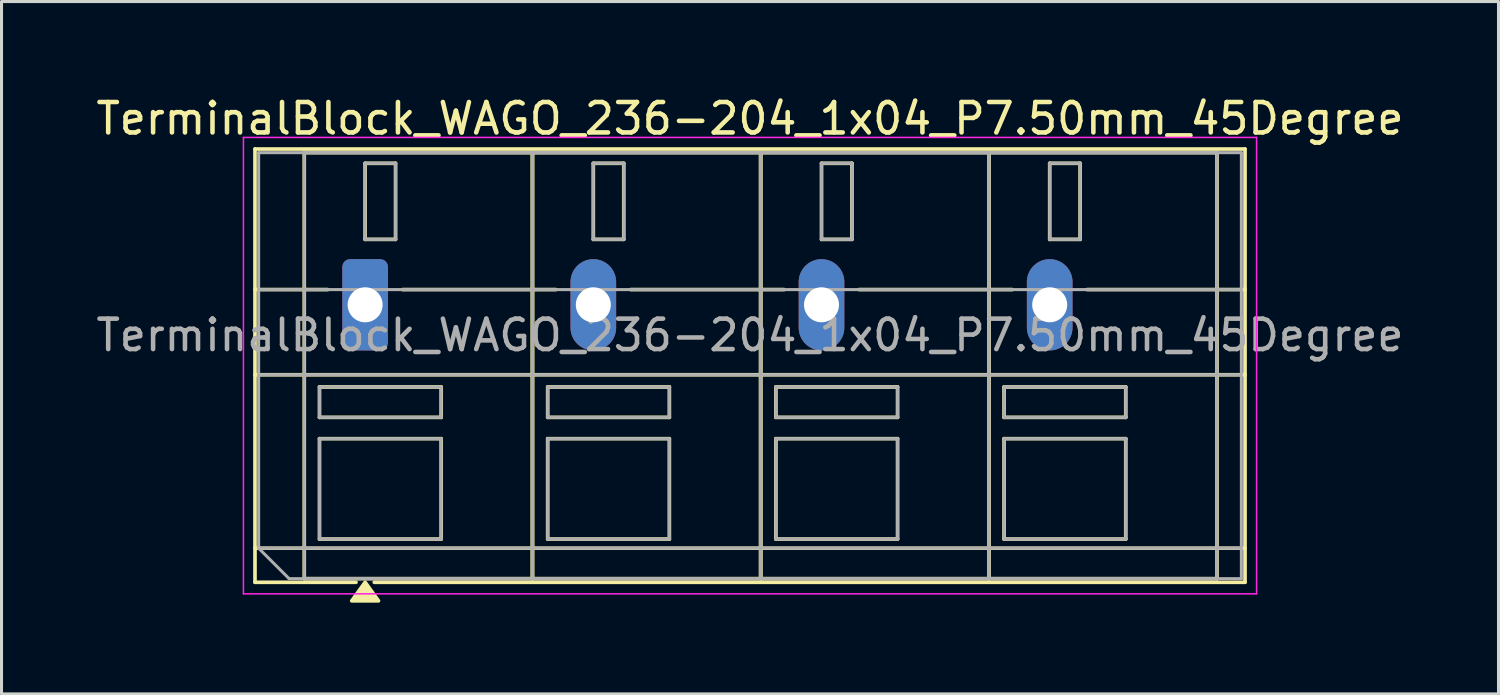
<source format=kicad_pcb>
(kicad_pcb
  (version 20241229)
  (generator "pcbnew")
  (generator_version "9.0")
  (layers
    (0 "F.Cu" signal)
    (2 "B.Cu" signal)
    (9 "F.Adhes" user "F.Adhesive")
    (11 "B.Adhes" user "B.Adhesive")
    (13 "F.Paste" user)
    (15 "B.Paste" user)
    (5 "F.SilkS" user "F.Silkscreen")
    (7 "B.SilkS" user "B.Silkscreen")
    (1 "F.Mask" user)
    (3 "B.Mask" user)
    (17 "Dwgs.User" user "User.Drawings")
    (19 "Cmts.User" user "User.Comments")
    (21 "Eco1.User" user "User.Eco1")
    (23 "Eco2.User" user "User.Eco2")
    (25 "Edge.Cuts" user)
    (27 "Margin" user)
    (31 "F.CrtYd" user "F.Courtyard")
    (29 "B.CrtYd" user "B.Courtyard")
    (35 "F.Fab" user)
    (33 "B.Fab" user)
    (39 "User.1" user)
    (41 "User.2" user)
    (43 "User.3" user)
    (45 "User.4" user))
  (footprint "TerminalBlock_WAGO_236-204_1x04_P7.50mm_45Degree"
    (layer "F.Cu")
    (at 8.951 6.968)
    (property "Reference" "TerminalBlock_WAGO_236-204_1x04_P7.50mm_45Degree" (at 12.65 -6.12 0) (layer "F.SilkS") (effects (font (size 1 1) (thickness 0.15))))
    (attr through_hole)
    (fp_line (start -3.62 -5.12) (end 28.92 -5.12) (stroke (width 0.12) (type solid)) (layer "F.SilkS"))
    (fp_line (start -3.62 -0.5) (end -1.23 -0.5) (stroke (width 0.12) (type solid)) (layer "F.SilkS"))
    (fp_line (start -3.62 2.3) (end 28.92 2.3) (stroke (width 0.12) (type solid)) (layer "F.SilkS"))
    (fp_line (start -3.62 8) (end 28.92 8) (stroke (width 0.12) (type solid)) (layer "F.SilkS"))
    (fp_line (start -3.62 9.12) (end -3.62 -5.12) (stroke (width 0.12) (type solid)) (layer "F.SilkS"))
    (fp_line (start -2 -5) (end 5.5 -5) (stroke (width 0.12) (type solid)) (layer "F.SilkS"))
    (fp_line (start -2 9) (end -2 -5) (stroke (width 0.12) (type solid)) (layer "F.SilkS"))
    (fp_line (start -1.5 2.7) (end 2.5 2.7) (stroke (width 0.12) (type solid)) (layer "F.SilkS"))
    (fp_line (start -1.5 3.7) (end -1.5 2.7) (stroke (width 0.12) (type solid)) (layer "F.SilkS"))
    (fp_line (start -1.5 4.4) (end 2.5 4.4) (stroke (width 0.12) (type solid)) (layer "F.SilkS"))
    (fp_line (start -1.5 7.7) (end -1.5 4.4) (stroke (width 0.12) (type solid)) (layer "F.SilkS"))
    (fp_line (start -0.3 9.12) (end -3.62 9.12) (stroke (width 0.12) (type solid)) (layer "F.SilkS"))
    (fp_line (start 0 -4.65) (end 1 -4.65) (stroke (width 0.12) (type solid)) (layer "F.SilkS"))
    (fp_line (start 0 -2.15) (end 0 -4.65) (stroke (width 0.12) (type solid)) (layer "F.SilkS"))
    (fp_line (start 1 -4.65) (end 1 -2.15) (stroke (width 0.12) (type solid)) (layer "F.SilkS"))
    (fp_line (start 1 -2.15) (end 0 -2.15) (stroke (width 0.12) (type solid)) (layer "F.SilkS"))
    (fp_line (start 1.23 -0.5) (end 6.27 -0.5) (stroke (width 0.12) (type solid)) (layer "F.SilkS"))
    (fp_line (start 2.5 2.7) (end 2.5 3.7) (stroke (width 0.12) (type solid)) (layer "F.SilkS"))
    (fp_line (start 2.5 3.7) (end -1.5 3.7) (stroke (width 0.12) (type solid)) (layer "F.SilkS"))
    (fp_line (start 2.5 4.4) (end 2.5 7.7) (stroke (width 0.12) (type solid)) (layer "F.SilkS"))
    (fp_line (start 2.5 7.7) (end -1.5 7.7) (stroke (width 0.12) (type solid)) (layer "F.SilkS"))
    (fp_line (start 5.5 -5) (end 5.5 9) (stroke (width 0.12) (type solid)) (layer "F.SilkS"))
    (fp_line (start 5.5 -5) (end 13 -5) (stroke (width 0.12) (type solid)) (layer "F.SilkS"))
    (fp_line (start 5.5 9) (end -2 9) (stroke (width 0.12) (type solid)) (layer "F.SilkS"))
    (fp_line (start 5.5 9) (end 5.5 -5) (stroke (width 0.12) (type solid)) (layer "F.SilkS"))
    (fp_line (start 6 2.7) (end 10 2.7) (stroke (width 0.12) (type solid)) (layer "F.SilkS"))
    (fp_line (start 6 3.7) (end 6 2.7) (stroke (width 0.12) (type solid)) (layer "F.SilkS"))
    (fp_line (start 6 4.4) (end 10 4.4) (stroke (width 0.12) (type solid)) (layer "F.SilkS"))
    (fp_line (start 6 7.7) (end 6 4.4) (stroke (width 0.12) (type solid)) (layer "F.SilkS"))
    (fp_line (start 7.5 -4.65) (end 8.5 -4.65) (stroke (width 0.12) (type solid)) (layer "F.SilkS"))
    (fp_line (start 7.5 -2.15) (end 7.5 -4.65) (stroke (width 0.12) (type solid)) (layer "F.SilkS"))
    (fp_line (start 8.5 -4.65) (end 8.5 -2.15) (stroke (width 0.12) (type solid)) (layer "F.SilkS"))
    (fp_line (start 8.5 -2.15) (end 7.5 -2.15) (stroke (width 0.12) (type solid)) (layer "F.SilkS"))
    (fp_line (start 8.73 -0.5) (end 13.77 -0.5) (stroke (width 0.12) (type solid)) (layer "F.SilkS"))
    (fp_line (start 10 2.7) (end 10 3.7) (stroke (width 0.12) (type solid)) (layer "F.SilkS"))
    (fp_line (start 10 3.7) (end 6 3.7) (stroke (width 0.12) (type solid)) (layer "F.SilkS"))
    (fp_line (start 10 4.4) (end 10 7.7) (stroke (width 0.12) (type solid)) (layer "F.SilkS"))
    (fp_line (start 10 7.7) (end 6 7.7) (stroke (width 0.12) (type solid)) (layer "F.SilkS"))
    (fp_line (start 13 -5) (end 13 9) (stroke (width 0.12) (type solid)) (layer "F.SilkS"))
    (fp_line (start 13 -5) (end 20.5 -5) (stroke (width 0.12) (type solid)) (layer "F.SilkS"))
    (fp_line (start 13 9) (end 5.5 9) (stroke (width 0.12) (type solid)) (layer "F.SilkS"))
    (fp_line (start 13 9) (end 13 -5) (stroke (width 0.12) (type solid)) (layer "F.SilkS"))
    (fp_line (start 13.5 2.7) (end 17.5 2.7) (stroke (width 0.12) (type solid)) (layer "F.SilkS"))
    (fp_line (start 13.5 3.7) (end 13.5 2.7) (stroke (width 0.12) (type solid)) (layer "F.SilkS"))
    (fp_line (start 13.5 4.4) (end 17.5 4.4) (stroke (width 0.12) (type solid)) (layer "F.SilkS"))
    (fp_line (start 13.5 7.7) (end 13.5 4.4) (stroke (width 0.12) (type solid)) (layer "F.SilkS"))
    (fp_line (start 15 -4.65) (end 16 -4.65) (stroke (width 0.12) (type solid)) (layer "F.SilkS"))
    (fp_line (start 15 -2.15) (end 15 -4.65) (stroke (width 0.12) (type solid)) (layer "F.SilkS"))
    (fp_line (start 16 -4.65) (end 16 -2.15) (stroke (width 0.12) (type solid)) (layer "F.SilkS"))
    (fp_line (start 16 -2.15) (end 15 -2.15) (stroke (width 0.12) (type solid)) (layer "F.SilkS"))
    (fp_line (start 16.23 -0.5) (end 21.27 -0.5) (stroke (width 0.12) (type solid)) (layer "F.SilkS"))
    (fp_line (start 17.5 2.7) (end 17.5 3.7) (stroke (width 0.12) (type solid)) (layer "F.SilkS"))
    (fp_line (start 17.5 3.7) (end 13.5 3.7) (stroke (width 0.12) (type solid)) (layer "F.SilkS"))
    (fp_line (start 17.5 4.4) (end 17.5 7.7) (stroke (width 0.12) (type solid)) (layer "F.SilkS"))
    (fp_line (start 17.5 7.7) (end 13.5 7.7) (stroke (width 0.12) (type solid)) (layer "F.SilkS"))
    (fp_line (start 20.5 -5) (end 20.5 9) (stroke (width 0.12) (type solid)) (layer "F.SilkS"))
    (fp_line (start 20.5 -5) (end 28 -5) (stroke (width 0.12) (type solid)) (layer "F.SilkS"))
    (fp_line (start 20.5 9) (end 13 9) (stroke (width 0.12) (type solid)) (layer "F.SilkS"))
    (fp_line (start 20.5 9) (end 20.5 -5) (stroke (width 0.12) (type solid)) (layer "F.SilkS"))
    (fp_line (start 21 2.7) (end 25 2.7) (stroke (width 0.12) (type solid)) (layer "F.SilkS"))
    (fp_line (start 21 3.7) (end 21 2.7) (stroke (width 0.12) (type solid)) (layer "F.SilkS"))
    (fp_line (start 21 4.4) (end 25 4.4) (stroke (width 0.12) (type solid)) (layer "F.SilkS"))
    (fp_line (start 21 7.7) (end 21 4.4) (stroke (width 0.12) (type solid)) (layer "F.SilkS"))
    (fp_line (start 22.5 -4.65) (end 23.5 -4.65) (stroke (width 0.12) (type solid)) (layer "F.SilkS"))
    (fp_line (start 22.5 -2.15) (end 22.5 -4.65) (stroke (width 0.12) (type solid)) (layer "F.SilkS"))
    (fp_line (start 23.5 -4.65) (end 23.5 -2.15) (stroke (width 0.12) (type solid)) (layer "F.SilkS"))
    (fp_line (start 23.5 -2.15) (end 22.5 -2.15) (stroke (width 0.12) (type solid)) (layer "F.SilkS"))
    (fp_line (start 23.73 -0.5) (end 28.92 -0.5) (stroke (width 0.12) (type solid)) (layer "F.SilkS"))
    (fp_line (start 25 2.7) (end 25 3.7) (stroke (width 0.12) (type solid)) (layer "F.SilkS"))
    (fp_line (start 25 3.7) (end 21 3.7) (stroke (width 0.12) (type solid)) (layer "F.SilkS"))
    (fp_line (start 25 4.4) (end 25 7.7) (stroke (width 0.12) (type solid)) (layer "F.SilkS"))
    (fp_line (start 25 7.7) (end 21 7.7) (stroke (width 0.12) (type solid)) (layer "F.SilkS"))
    (fp_line (start 28 -5) (end 28 9) (stroke (width 0.12) (type solid)) (layer "F.SilkS"))
    (fp_line (start 28 9) (end 20.5 9) (stroke (width 0.12) (type solid)) (layer "F.SilkS"))
    (fp_line (start 28.92 -5.12) (end 28.92 9.12) (stroke (width 0.12) (type solid)) (layer "F.SilkS"))
    (fp_line (start 28.92 9.12) (end 0.3 9.12) (stroke (width 0.12) (type solid)) (layer "F.SilkS"))
    (fp_poly (pts (xy 0 9.12) (xy 0.44 9.73) (xy -0.44 9.73)) (stroke (width 0.12) (type solid)) (fill yes) (layer "F.SilkS"))
    (fp_line (start -4 -5.5) (end -4 9.5) (stroke (width 0.05) (type solid)) (layer "F.CrtYd"))
    (fp_line (start -4 9.5) (end 29.3 9.5) (stroke (width 0.05) (type solid)) (layer "F.CrtYd"))
    (fp_line (start 29.3 -5.5) (end -4 -5.5) (stroke (width 0.05) (type solid)) (layer "F.CrtYd"))
    (fp_line (start 29.3 9.5) (end 29.3 -5.5) (stroke (width 0.05) (type solid)) (layer "F.CrtYd"))
    (fp_line (start -3.5 -5) (end 28.8 -5) (stroke (width 0.1) (type solid)) (layer "F.Fab"))
    (fp_line (start -3.5 -0.5) (end 28.8 -0.5) (stroke (width 0.1) (type solid)) (layer "F.Fab"))
    (fp_line (start -3.5 2.3) (end 28.8 2.3) (stroke (width 0.1) (type solid)) (layer "F.Fab"))
    (fp_line (start -3.5 8) (end -3.5 -5) (stroke (width 0.1) (type solid)) (layer "F.Fab"))
    (fp_line (start -3.5 8) (end 28.8 8) (stroke (width 0.1) (type solid)) (layer "F.Fab"))
    (fp_line (start -2.5 9) (end -3.5 8) (stroke (width 0.1) (type solid)) (layer "F.Fab"))
    (fp_line (start -2 -5) (end -2 9) (stroke (width 0.1) (type solid)) (layer "F.Fab"))
    (fp_line (start -2 9) (end 5.5 9) (stroke (width 0.1) (type solid)) (layer "F.Fab"))
    (fp_line (start -1.5 2.7) (end -1.5 3.7) (stroke (width 0.1) (type solid)) (layer "F.Fab"))
    (fp_line (start -1.5 3.7) (end 2.5 3.7) (stroke (width 0.1) (type solid)) (layer "F.Fab"))
    (fp_line (start -1.5 4.4) (end -1.5 7.7) (stroke (width 0.1) (type solid)) (layer "F.Fab"))
    (fp_line (start -1.5 7.7) (end 2.5 7.7) (stroke (width 0.1) (type solid)) (layer "F.Fab"))
    (fp_line (start 0 -4.65) (end 0 -2.15) (stroke (width 0.1) (type solid)) (layer "F.Fab"))
    (fp_line (start 0 -2.15) (end 1 -2.15) (stroke (width 0.1) (type solid)) (layer "F.Fab"))
    (fp_line (start 1 -4.65) (end 0 -4.65) (stroke (width 0.1) (type solid)) (layer "F.Fab"))
    (fp_line (start 1 -2.15) (end 1 -4.65) (stroke (width 0.1) (type solid)) (layer "F.Fab"))
    (fp_line (start 2.5 2.7) (end -1.5 2.7) (stroke (width 0.1) (type solid)) (layer "F.Fab"))
    (fp_line (start 2.5 3.7) (end 2.5 2.7) (stroke (width 0.1) (type solid)) (layer "F.Fab"))
    (fp_line (start 2.5 4.4) (end -1.5 4.4) (stroke (width 0.1) (type solid)) (layer "F.Fab"))
    (fp_line (start 2.5 7.7) (end 2.5 4.4) (stroke (width 0.1) (type solid)) (layer "F.Fab"))
    (fp_line (start 5.5 -5) (end -2 -5) (stroke (width 0.1) (type solid)) (layer "F.Fab"))
    (fp_line (start 5.5 -5) (end 5.5 9) (stroke (width 0.1) (type solid)) (layer "F.Fab"))
    (fp_line (start 5.5 9) (end 5.5 -5) (stroke (width 0.1) (type solid)) (layer "F.Fab"))
    (fp_line (start 5.5 9) (end 13 9) (stroke (width 0.1) (type solid)) (layer "F.Fab"))
    (fp_line (start 6 2.7) (end 6 3.7) (stroke (width 0.1) (type solid)) (layer "F.Fab"))
    (fp_line (start 6 3.7) (end 10 3.7) (stroke (width 0.1) (type solid)) (layer "F.Fab"))
    (fp_line (start 6 4.4) (end 6 7.7) (stroke (width 0.1) (type solid)) (layer "F.Fab"))
    (fp_line (start 6 7.7) (end 10 7.7) (stroke (width 0.1) (type solid)) (layer "F.Fab"))
    (fp_line (start 7.5 -4.65) (end 7.5 -2.15) (stroke (width 0.1) (type solid)) (layer "F.Fab"))
    (fp_line (start 7.5 -2.15) (end 8.5 -2.15) (stroke (width 0.1) (type solid)) (layer "F.Fab"))
    (fp_line (start 8.5 -4.65) (end 7.5 -4.65) (stroke (width 0.1) (type solid)) (layer "F.Fab"))
    (fp_line (start 8.5 -2.15) (end 8.5 -4.65) (stroke (width 0.1) (type solid)) (layer "F.Fab"))
    (fp_line (start 10 2.7) (end 6 2.7) (stroke (width 0.1) (type solid)) (layer "F.Fab"))
    (fp_line (start 10 3.7) (end 10 2.7) (stroke (width 0.1) (type solid)) (layer "F.Fab"))
    (fp_line (start 10 4.4) (end 6 4.4) (stroke (width 0.1) (type solid)) (layer "F.Fab"))
    (fp_line (start 10 7.7) (end 10 4.4) (stroke (width 0.1) (type solid)) (layer "F.Fab"))
    (fp_line (start 13 -5) (end 5.5 -5) (stroke (width 0.1) (type solid)) (layer "F.Fab"))
    (fp_line (start 13 -5) (end 13 9) (stroke (width 0.1) (type solid)) (layer "F.Fab"))
    (fp_line (start 13 9) (end 13 -5) (stroke (width 0.1) (type solid)) (layer "F.Fab"))
    (fp_line (start 13 9) (end 20.5 9) (stroke (width 0.1) (type solid)) (layer "F.Fab"))
    (fp_line (start 13.5 2.7) (end 13.5 3.7) (stroke (width 0.1) (type solid)) (layer "F.Fab"))
    (fp_line (start 13.5 3.7) (end 17.5 3.7) (stroke (width 0.1) (type solid)) (layer "F.Fab"))
    (fp_line (start 13.5 4.4) (end 13.5 7.7) (stroke (width 0.1) (type solid)) (layer "F.Fab"))
    (fp_line (start 13.5 7.7) (end 17.5 7.7) (stroke (width 0.1) (type solid)) (layer "F.Fab"))
    (fp_line (start 15 -4.65) (end 15 -2.15) (stroke (width 0.1) (type solid)) (layer "F.Fab"))
    (fp_line (start 15 -2.15) (end 16 -2.15) (stroke (width 0.1) (type solid)) (layer "F.Fab"))
    (fp_line (start 16 -4.65) (end 15 -4.65) (stroke (width 0.1) (type solid)) (layer "F.Fab"))
    (fp_line (start 16 -2.15) (end 16 -4.65) (stroke (width 0.1) (type solid)) (layer "F.Fab"))
    (fp_line (start 17.5 2.7) (end 13.5 2.7) (stroke (width 0.1) (type solid)) (layer "F.Fab"))
    (fp_line (start 17.5 3.7) (end 17.5 2.7) (stroke (width 0.1) (type solid)) (layer "F.Fab"))
    (fp_line (start 17.5 4.4) (end 13.5 4.4) (stroke (width 0.1) (type solid)) (layer "F.Fab"))
    (fp_line (start 17.5 7.7) (end 17.5 4.4) (stroke (width 0.1) (type solid)) (layer "F.Fab"))
    (fp_line (start 20.5 -5) (end 13 -5) (stroke (width 0.1) (type solid)) (layer "F.Fab"))
    (fp_line (start 20.5 -5) (end 20.5 9) (stroke (width 0.1) (type solid)) (layer "F.Fab"))
    (fp_line (start 20.5 9) (end 20.5 -5) (stroke (width 0.1) (type solid)) (layer "F.Fab"))
    (fp_line (start 20.5 9) (end 28 9) (stroke (width 0.1) (type solid)) (layer "F.Fab"))
    (fp_line (start 21 2.7) (end 21 3.7) (stroke (width 0.1) (type solid)) (layer "F.Fab"))
    (fp_line (start 21 3.7) (end 25 3.7) (stroke (width 0.1) (type solid)) (layer "F.Fab"))
    (fp_line (start 21 4.4) (end 21 7.7) (stroke (width 0.1) (type solid)) (layer "F.Fab"))
    (fp_line (start 21 7.7) (end 25 7.7) (stroke (width 0.1) (type solid)) (layer "F.Fab"))
    (fp_line (start 22.5 -4.65) (end 22.5 -2.15) (stroke (width 0.1) (type solid)) (layer "F.Fab"))
    (fp_line (start 22.5 -2.15) (end 23.5 -2.15) (stroke (width 0.1) (type solid)) (layer "F.Fab"))
    (fp_line (start 23.5 -4.65) (end 22.5 -4.65) (stroke (width 0.1) (type solid)) (layer "F.Fab"))
    (fp_line (start 23.5 -2.15) (end 23.5 -4.65) (stroke (width 0.1) (type solid)) (layer "F.Fab"))
    (fp_line (start 25 2.7) (end 21 2.7) (stroke (width 0.1) (type solid)) (layer "F.Fab"))
    (fp_line (start 25 3.7) (end 25 2.7) (stroke (width 0.1) (type solid)) (layer "F.Fab"))
    (fp_line (start 25 4.4) (end 21 4.4) (stroke (width 0.1) (type solid)) (layer "F.Fab"))
    (fp_line (start 25 7.7) (end 25 4.4) (stroke (width 0.1) (type solid)) (layer "F.Fab"))
    (fp_line (start 28 -5) (end 20.5 -5) (stroke (width 0.1) (type solid)) (layer "F.Fab"))
    (fp_line (start 28 9) (end 28 -5) (stroke (width 0.1) (type solid)) (layer "F.Fab"))
    (fp_line (start 28.8 -5) (end 28.8 9) (stroke (width 0.1) (type solid)) (layer "F.Fab"))
    (fp_line (start 28.8 9) (end -2.5 9) (stroke (width 0.1) (type solid)) (layer "F.Fab"))
    (fp_text user "${REFERENCE}" (at 12.65 1 0) (layer "F.Fab") (effects (font (size 1 1) (thickness 0.15))))
    (pad "1" thru_hole roundrect (at 0 0) (size 1.5 3) (drill 1.15) (layers "*.Cu" "*.Mask") (roundrect_rratio 0.167))
    (pad "2" thru_hole oval (at 7.5 0) (size 1.5 3) (drill 1.15) (layers "*.Cu" "*.Mask"))
    (pad "3" thru_hole oval (at 15 0) (size 1.5 3) (drill 1.15) (layers "*.Cu" "*.Mask"))
    (pad "4" thru_hole oval (at 22.5 0) (size 1.5 3) (drill 1.15) (layers "*.Cu" "*.Mask")))
  (gr_rect
    (start -3 -3)
    (end 46.202 19.758)
    (stroke (width 0.1) (type default))
    (fill no)
    (layer "Edge.Cuts")))
</source>
